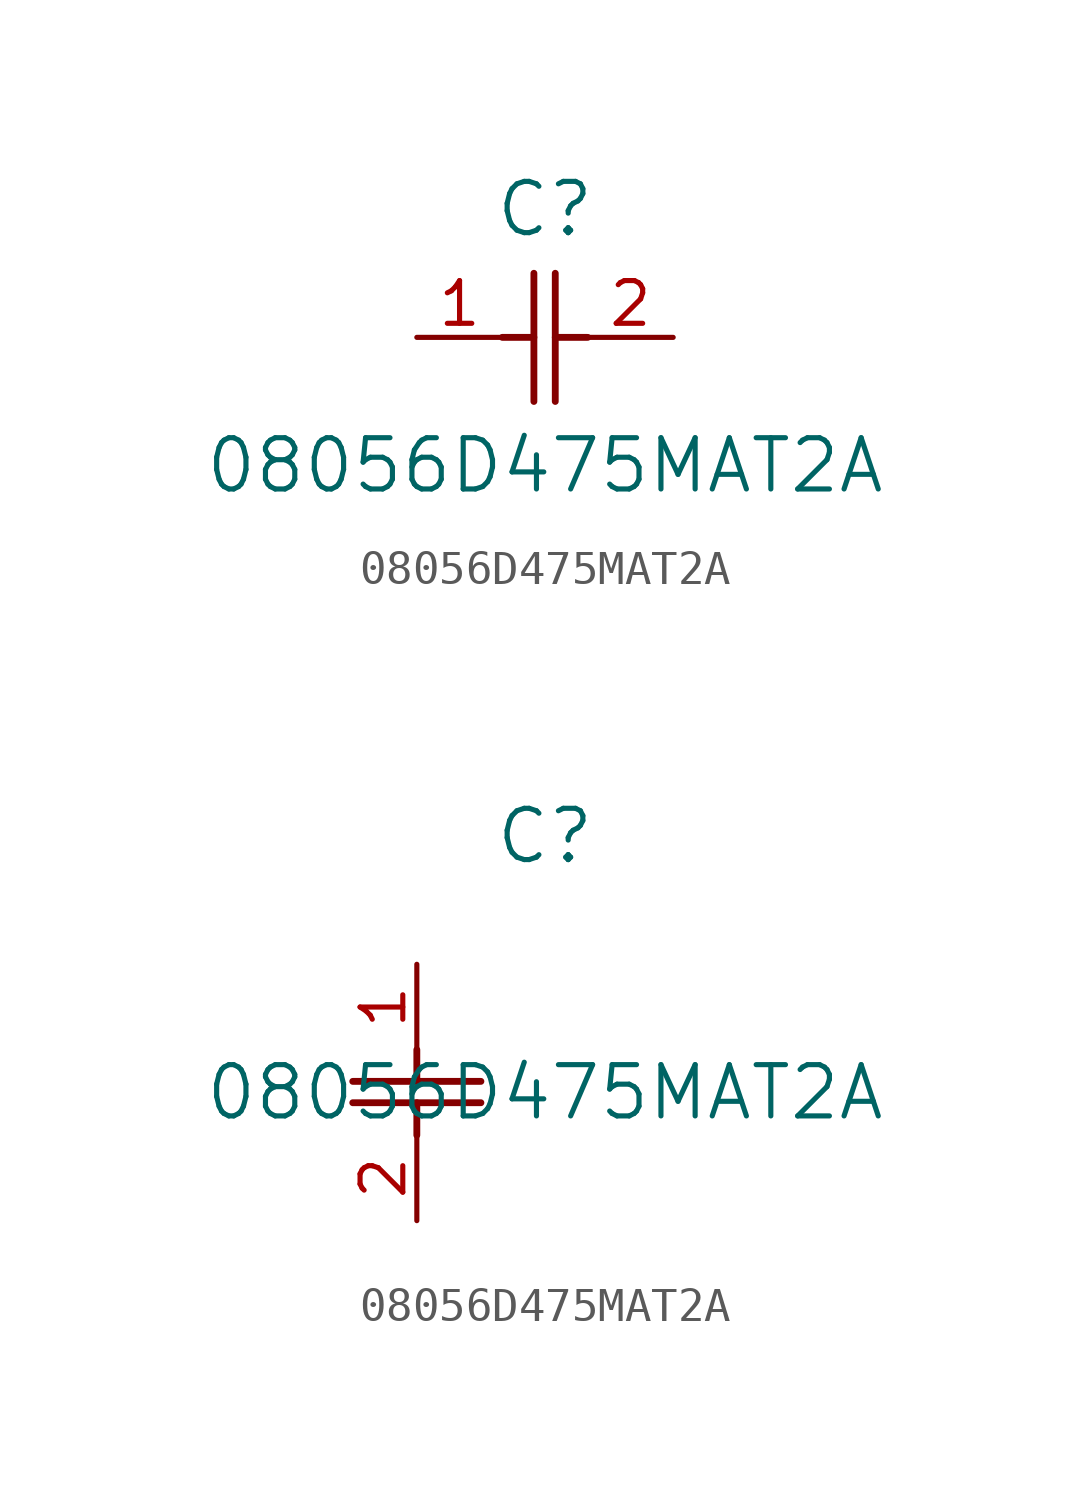
<source format=kicad_sym>
(kicad_symbol_lib
  (version 20211014)
  (generator kicad_symbol_editor)
  (symbol "08056D475MAT2A"
    (pin_names
      (offset 0.254))
    (property "Reference" "C"
      (at 3.81 3.81 0)
      (effects (font (size 1.524 1.524))))
    (property "Value" "08056D475MAT2A"
      (at 3.81 -3.81 0)
      (effects (font (size 1.524 1.524))))
    (symbol "08056D475MAT2A_1_1"
      (polyline (pts (xy 3.48 -1.905) (xy 3.48 1.905)) (stroke (width 0.203) (type default) (color 0 0 0 0)) (fill (type none)))
      (polyline (pts (xy 4.115 -1.905) (xy 4.115 1.905)) (stroke (width 0.203) (type default) (color 0 0 0 0)) (fill (type none)))
      (polyline (pts (xy 4.115 0) (xy 5.08 0)) (stroke (width 0.203) (type default) (color 0 0 0 0)) (fill (type none)))
      (polyline (pts (xy 2.54 0) (xy 3.48 0)) (stroke (width 0.203) (type default) (color 0 0 0 0)) (fill (type none)))
      (pin unspecified line (at 0 0 0) (length 2.54) (name "" (effects (font (size 1.27 1.27)))) (number "1" (effects (font (size 1.27 1.27)))))
      (pin unspecified line (at 7.62 0 180) (length 2.54) (name "" (effects (font (size 1.27 1.27)))) (number "2" (effects (font (size 1.27 1.27))))))
    (symbol "08056D475MAT2A_1_2"
      (polyline (pts (xy -1.905 -3.48) (xy 1.905 -3.48)) (stroke (width 0.203) (type default) (color 0 0 0 0)) (fill (type none)))
      (polyline (pts (xy -1.905 -4.115) (xy 1.905 -4.115)) (stroke (width 0.203) (type default) (color 0 0 0 0)) (fill (type none)))
      (polyline (pts (xy 0 -4.115) (xy 0 -5.08)) (stroke (width 0.203) (type default) (color 0 0 0 0)) (fill (type none)))
      (polyline (pts (xy 0 -2.54) (xy 0 -3.48)) (stroke (width 0.203) (type default) (color 0 0 0 0)) (fill (type none)))
      (pin unspecified line (at 0 0 270) (length 2.54) (name "" (effects (font (size 1.27 1.27)))) (number "1" (effects (font (size 1.27 1.27)))))
      (pin unspecified line (at 0 -7.62 90) (length 2.54) (name "" (effects (font (size 1.27 1.27)))) (number "2" (effects (font (size 1.27 1.27))))))))
</source>
